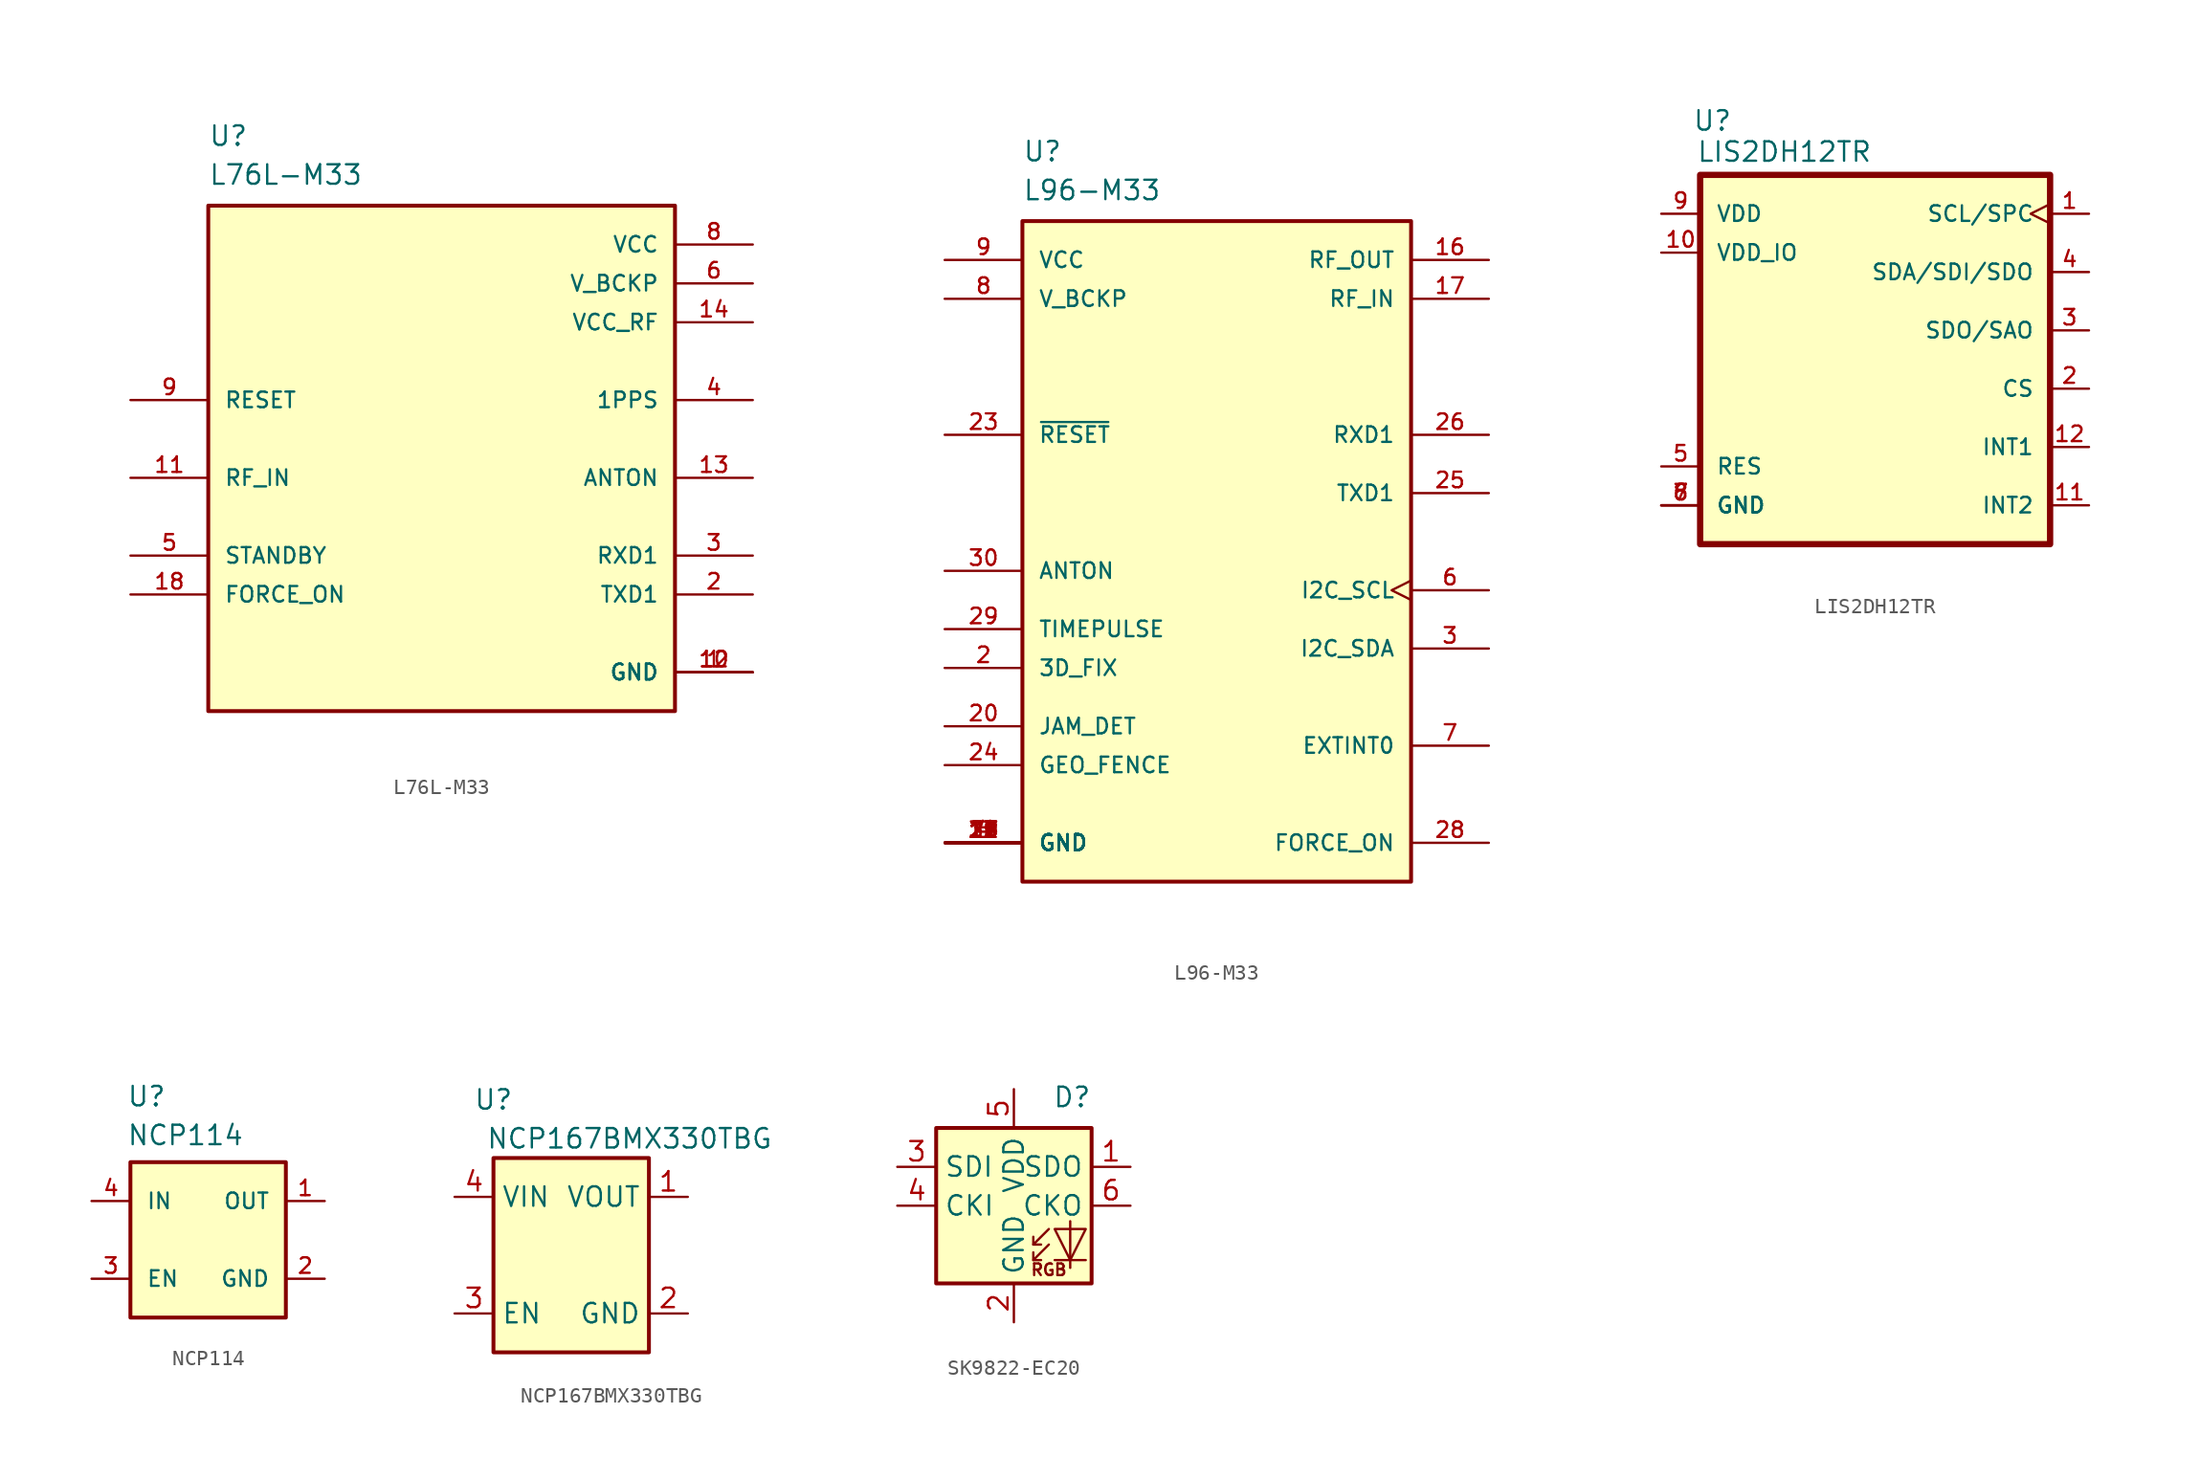
<source format=kicad_sym>
(kicad_symbol_lib
  (version 20241209)
  (generator "kicad_symbol_editor")
  (generator_version "9.0")
  (symbol "L76L-M33"
    (pin_names
      (offset 1.016))
    (property "Reference" "U"
      (at -15.24 21.59 0)
      (effects (font (size 1.27 1.27)) (justify left bottom)))
    (property "Value" "L76L-M33"
      (at -15.24 19.05 0)
      (effects (font (size 1.27 1.27)) (justify left bottom)))
    (symbol "L76L-M33_0_0"
      (rectangle (start -15.24 -15.24) (end 15.24 17.78) (stroke (width 0.254) (type default)) (fill (type background)))
      (pin input line (at -20.32 5.08 0) (length 5.08) (name "RESET" (effects (font (size 1.016 1.016)))) (number "9" (effects (font (size 1.016 1.016)))))
      (pin input line (at -20.32 0 0) (length 5.08) (name "RF_IN" (effects (font (size 1.016 1.016)))) (number "11" (effects (font (size 1.016 1.016)))))
      (pin input line (at -20.32 -5.08 0) (length 5.08) (name "STANDBY" (effects (font (size 1.016 1.016)))) (number "5" (effects (font (size 1.016 1.016)))))
      (pin input line (at -20.32 -7.62 0) (length 5.08) (name "FORCE_ON" (effects (font (size 1.016 1.016)))) (number "18" (effects (font (size 1.016 1.016)))))
      (pin power_in line (at 20.32 15.24 180) (length 5.08) (name "VCC" (effects (font (size 1.016 1.016)))) (number "8" (effects (font (size 1.016 1.016)))))
      (pin power_in line (at 20.32 12.7 180) (length 5.08) (name "V_BCKP" (effects (font (size 1.016 1.016)))) (number "6" (effects (font (size 1.016 1.016)))))
      (pin power_in line (at 20.32 10.16 180) (length 5.08) (name "VCC_RF" (effects (font (size 1.016 1.016)))) (number "14" (effects (font (size 1.016 1.016)))))
      (pin output line (at 20.32 5.08 180) (length 5.08) (name "1PPS" (effects (font (size 1.016 1.016)))) (number "4" (effects (font (size 1.016 1.016)))))
      (pin output line (at 20.32 0 180) (length 5.08) (name "ANTON" (effects (font (size 1.016 1.016)))) (number "13" (effects (font (size 1.016 1.016)))))
      (pin input line (at 20.32 -5.08 180) (length 5.08) (name "RXD1" (effects (font (size 1.016 1.016)))) (number "3" (effects (font (size 1.016 1.016)))))
      (pin output line (at 20.32 -7.62 180) (length 5.08) (name "TXD1" (effects (font (size 1.016 1.016)))) (number "2" (effects (font (size 1.016 1.016)))))
      (pin power_in line (at 20.32 -12.7 180) (length 5.08) (name "GND" (effects (font (size 1.016 1.016)))) (number "1" (effects (font (size 1.016 1.016)))))
      (pin power_in line (at 20.32 -12.7 180) (length 5.08) (name "GND" (effects (font (size 1.016 1.016)))) (number "10" (effects (font (size 1.016 1.016)))))
      (pin power_in line (at 20.32 -12.7 180) (length 5.08) (name "GND" (effects (font (size 1.016 1.016)))) (number "12" (effects (font (size 1.016 1.016)))))))
  (symbol "L96-M33"
    (pin_names
      (offset 1.016))
    (property "Reference" "U"
      (at -12.7 26.67 0)
      (effects (font (size 1.27 1.27)) (justify left bottom)))
    (property "Value" "L96-M33"
      (at -12.7 24.13 0)
      (effects (font (size 1.27 1.27)) (justify left bottom)))
    (symbol "L96-M33_0_0"
      (rectangle (start -12.7 22.86) (end 12.7 -20.32) (stroke (width 0.254) (type default)) (fill (type background)))
      (pin power_in line (at -17.78 20.32 0) (length 5.08) (name "VCC" (effects (font (size 1.016 1.016)))) (number "9" (effects (font (size 1.016 1.016)))))
      (pin power_in line (at -17.78 17.78 0) (length 5.08) (name "V_BCKP" (effects (font (size 1.016 1.016)))) (number "8" (effects (font (size 1.016 1.016)))))
      (pin input line (at -17.78 8.89 0) (length 5.08) (name "~{RESET}" (effects (font (size 1.016 1.016)))) (number "23" (effects (font (size 1.016 1.016)))))
      (pin output line (at -17.78 0 0) (length 5.08) (name "ANTON" (effects (font (size 1.016 1.016)))) (number "30" (effects (font (size 1.016 1.016)))))
      (pin output line (at -17.78 -3.81 0) (length 5.08) (name "TIMEPULSE" (effects (font (size 1.016 1.016)))) (number "29" (effects (font (size 1.016 1.016)))))
      (pin output line (at -17.78 -6.35 0) (length 5.08) (name "3D_FIX" (effects (font (size 1.016 1.016)))) (number "2" (effects (font (size 1.016 1.016)))))
      (pin output line (at -17.78 -10.16 0) (length 5.08) (name "JAM_DET" (effects (font (size 1.016 1.016)))) (number "20" (effects (font (size 1.016 1.016)))))
      (pin output line (at -17.78 -12.7 0) (length 5.08) (name "GEO_FENCE" (effects (font (size 1.016 1.016)))) (number "24" (effects (font (size 1.016 1.016)))))
      (pin power_in line (at -17.78 -17.78 0) (length 5.08) (name "GND" (effects (font (size 1.016 1.016)))) (number "10" (effects (font (size 1.016 1.016)))))
      (pin power_in line (at -17.78 -17.78 0) (length 5.08) (name "GND" (effects (font (size 1.016 1.016)))) (number "11" (effects (font (size 1.016 1.016)))))
      (pin power_in line (at -17.78 -17.78 0) (length 5.08) (name "GND" (effects (font (size 1.016 1.016)))) (number "12" (effects (font (size 1.016 1.016)))))
      (pin power_in line (at -17.78 -17.78 0) (length 5.08) (name "GND" (effects (font (size 1.016 1.016)))) (number "13" (effects (font (size 1.016 1.016)))))
      (pin power_in line (at -17.78 -17.78 0) (length 5.08) (name "GND" (effects (font (size 1.016 1.016)))) (number "14" (effects (font (size 1.016 1.016)))))
      (pin power_in line (at -17.78 -17.78 0) (length 5.08) (name "GND" (effects (font (size 1.016 1.016)))) (number "15" (effects (font (size 1.016 1.016)))))
      (pin power_in line (at -17.78 -17.78 0) (length 5.08) (name "GND" (effects (font (size 1.016 1.016)))) (number "18" (effects (font (size 1.016 1.016)))))
      (pin power_in line (at -17.78 -17.78 0) (length 5.08) (name "GND" (effects (font (size 1.016 1.016)))) (number "19" (effects (font (size 1.016 1.016)))))
      (pin power_in line (at -17.78 -17.78 0) (length 5.08) (name "GND" (effects (font (size 1.016 1.016)))) (number "21" (effects (font (size 1.016 1.016)))))
      (pin power_in line (at -17.78 -17.78 0) (length 5.08) (name "GND" (effects (font (size 1.016 1.016)))) (number "22" (effects (font (size 1.016 1.016)))))
      (pin power_in line (at -17.78 -17.78 0) (length 5.08) (name "GND" (effects (font (size 1.016 1.016)))) (number "27" (effects (font (size 1.016 1.016)))))
      (pin power_in line (at -17.78 -17.78 0) (length 5.08) (name "GND" (effects (font (size 1.016 1.016)))) (number "31" (effects (font (size 1.016 1.016)))))
      (pin power_in line (at -17.78 -17.78 0) (length 5.08) (name "GND" (effects (font (size 1.016 1.016)))) (number "4" (effects (font (size 1.016 1.016)))))
      (pin power_in line (at -17.78 -17.78 0) (length 5.08) (name "GND" (effects (font (size 1.016 1.016)))) (number "5" (effects (font (size 1.016 1.016)))))
      (pin output line (at 17.78 20.32 180) (length 5.08) (name "RF_OUT" (effects (font (size 1.016 1.016)))) (number "16" (effects (font (size 1.016 1.016)))))
      (pin input line (at 17.78 17.78 180) (length 5.08) (name "RF_IN" (effects (font (size 1.016 1.016)))) (number "17" (effects (font (size 1.016 1.016)))))
      (pin input line (at 17.78 8.89 180) (length 5.08) (name "RXD1" (effects (font (size 1.016 1.016)))) (number "26" (effects (font (size 1.016 1.016)))))
      (pin output line (at 17.78 5.08 180) (length 5.08) (name "TXD1" (effects (font (size 1.016 1.016)))) (number "25" (effects (font (size 1.016 1.016)))))
      (pin bidirectional clock (at 17.78 -1.27 180) (length 5.08) (name "I2C_SCL" (effects (font (size 1.016 1.016)))) (number "6" (effects (font (size 1.016 1.016)))))
      (pin bidirectional line (at 17.78 -5.08 180) (length 5.08) (name "I2C_SDA" (effects (font (size 1.016 1.016)))) (number "3" (effects (font (size 1.016 1.016)))))
      (pin input line (at 17.78 -11.43 180) (length 5.08) (name "EXTINT0" (effects (font (size 1.016 1.016)))) (number "7" (effects (font (size 1.016 1.016)))))
      (pin input line (at 17.78 -17.78 180) (length 5.08) (name "FORCE_ON" (effects (font (size 1.016 1.016)))) (number "28" (effects (font (size 1.016 1.016)))))))
  (symbol "LIS2DH12TR"
    (pin_names
      (offset 1.016))
    (property "Reference" "U"
      (at -11.938 14.224 0)
      (effects (font (size 1.27 1.27)) (justify left bottom)))
    (property "Value" "LIS2DH12TR"
      (at -11.684 12.192 0)
      (effects (font (size 1.27 1.27)) (justify left bottom)))
    (symbol "LIS2DH12TR_0_0"
      (rectangle (start -11.43 11.43) (end 11.43 -12.7) (stroke (width 0.41) (type default)) (fill (type background)))
      (pin power_in line (at -13.97 8.89 0) (length 2.54) (name "VDD" (effects (font (size 1.016 1.016)))) (number "9" (effects (font (size 1.016 1.016)))))
      (pin power_in line (at -13.97 6.35 0) (length 2.54) (name "VDD_IO" (effects (font (size 1.016 1.016)))) (number "10" (effects (font (size 1.016 1.016)))))
      (pin power_in line (at -13.97 -7.62 0) (length 2.54) (name "RES" (effects (font (size 1.016 1.016)))) (number "5" (effects (font (size 1.016 1.016)))))
      (pin power_in line (at -13.97 -10.16 0) (length 2.54) (name "GND" (effects (font (size 1.016 1.016)))) (number "6" (effects (font (size 1.016 1.016)))))
      (pin power_in line (at -13.97 -10.16 0) (length 2.54) (name "GND" (effects (font (size 1.016 1.016)))) (number "7" (effects (font (size 1.016 1.016)))))
      (pin power_in line (at -13.97 -10.16 0) (length 2.54) (name "GND" (effects (font (size 1.016 1.016)))) (number "8" (effects (font (size 1.016 1.016)))))
      (pin bidirectional clock (at 13.97 8.89 180) (length 2.54) (name "SCL/SPC" (effects (font (size 1.016 1.016)))) (number "1" (effects (font (size 1.016 1.016)))))
      (pin bidirectional line (at 13.97 5.08 180) (length 2.54) (name "SDA/SDI/SDO" (effects (font (size 1.016 1.016)))) (number "4" (effects (font (size 1.016 1.016)))))
      (pin bidirectional line (at 13.97 1.27 180) (length 2.54) (name "SDO/SAO" (effects (font (size 1.016 1.016)))) (number "3" (effects (font (size 1.016 1.016)))))
      (pin input line (at 13.97 -2.54 180) (length 2.54) (name "CS" (effects (font (size 1.016 1.016)))) (number "2" (effects (font (size 1.016 1.016)))))
      (pin output line (at 13.97 -6.35 180) (length 2.54) (name "INT1" (effects (font (size 1.016 1.016)))) (number "12" (effects (font (size 1.016 1.016)))))
      (pin output line (at 13.97 -10.16 180) (length 2.54) (name "INT2" (effects (font (size 1.016 1.016)))) (number "11" (effects (font (size 1.016 1.016)))))))
  (symbol "NCP114"
    (pin_names
      (offset 1.016))
    (property "Reference" "U"
      (at -5.334 8.636 0)
      (effects (font (size 1.27 1.27)) (justify left bottom)))
    (property "Value" "NCP114"
      (at -5.334 6.096 0)
      (effects (font (size 1.27 1.27)) (justify left bottom)))
    (symbol "NCP114_0_0"
      (rectangle (start -5.08 5.08) (end 5.08 -5.08) (stroke (width 0.254) (type default)) (fill (type background))))
    (symbol "NCP114_1_0"
      (pin input line (at -7.62 2.54 0) (length 2.54) (name "IN" (effects (font (size 1.016 1.016)))) (number "4" (effects (font (size 1.016 1.016)))))
      (pin input line (at -7.62 -2.54 0) (length 2.54) (name "EN" (effects (font (size 1.016 1.016)))) (number "3" (effects (font (size 1.016 1.016)))))
      (pin output line (at 7.62 2.54 180) (length 2.54) (name "OUT" (effects (font (size 1.016 1.016)))) (number "1" (effects (font (size 1.016 1.016)))))
      (pin power_in line (at 7.62 -2.54 180) (length 2.54) (name "GND" (effects (font (size 1.016 1.016)))) (number "2" (effects (font (size 1.016 1.016)))))
      (pin passive line (at 7.62 -2.54 180) (length 2.54) (hide yes) (name "EPAD" (effects (font (size 1.016 1.016)))) (number "5" (effects (font (size 1.016 1.016)))))))
  (symbol "NCP167BMX330TBG"
    (property "Reference" "U"
      (at -5.08 8.89 0)
      (effects (font (size 1.27 1.27))))
    (property "Value" "NCP167BMX330TBG"
      (at 3.81 6.35 0)
      (effects (font (size 1.27 1.27))))
    (symbol "NCP167BMX330TBG_0_1"
      (rectangle (start -5.08 5.08) (end 5.08 -7.62) (stroke (width 0.254) (type default)) (fill (type background))))
    (symbol "NCP167BMX330TBG_1_1"
      (pin power_in line (at -7.62 2.54 0) (length 2.54) (name "VIN" (effects (font (size 1.27 1.27)))) (number "4" (effects (font (size 1.27 1.27)))))
      (pin input line (at -7.62 -5.08 0) (length 2.54) (name "EN" (effects (font (size 1.27 1.27)))) (number "3" (effects (font (size 1.27 1.27)))))
      (pin power_out line (at 7.62 2.54 180) (length 2.54) (name "VOUT" (effects (font (size 1.27 1.27)))) (number "1" (effects (font (size 1.27 1.27)))))
      (pin power_in line (at 7.62 -5.08 180) (length 2.54) (name "GND" (effects (font (size 1.27 1.27)))) (number "2" (effects (font (size 1.27 1.27)))))))
  (symbol "SK9822-EC20"
    (property "Reference" "D"
      (at 5.08 6.35 0)
      (effects (font (size 1.27 1.27)) (justify right bottom)))
    (symbol "SK9822-EC20_0_0"
      (text "RGB" (at 2.286 -4.191 0) (effects (font (size 0.762 0.762)))))
    (symbol "SK9822-EC20_0_1"
      (polyline (pts (xy 1.27 -2.54) (xy 1.778 -2.54)) (stroke (width 0) (type default)) (fill (type none)))
      (polyline (pts (xy 1.27 -3.556) (xy 1.778 -3.556)) (stroke (width 0) (type default)) (fill (type none)))
      (polyline (pts (xy 2.286 -1.524) (xy 1.27 -2.54) (xy 1.27 -2.032)) (stroke (width 0) (type default)) (fill (type none)))
      (polyline (pts (xy 2.286 -2.54) (xy 1.27 -3.556) (xy 1.27 -3.048)) (stroke (width 0) (type default)) (fill (type none)))
      (polyline (pts (xy 3.683 -1.016) (xy 3.683 -3.556) (xy 3.683 -4.064)) (stroke (width 0) (type default)) (fill (type none)))
      (polyline (pts (xy 4.699 -1.524) (xy 2.667 -1.524) (xy 3.683 -3.556) (xy 4.699 -1.524)) (stroke (width 0) (type default)) (fill (type none)))
      (polyline (pts (xy 4.699 -3.556) (xy 2.667 -3.556)) (stroke (width 0) (type default)) (fill (type none)))
      (rectangle (start 5.08 5.08) (end -5.08 -5.08) (stroke (width 0.254) (type default)) (fill (type background))))
    (symbol "SK9822-EC20_1_1"
      (pin input line (at -7.62 2.54 0) (length 2.54) (name "SDI" (effects (font (size 1.27 1.27)))) (number "3" (effects (font (size 1.27 1.27)))))
      (pin input line (at -7.62 0 0) (length 2.54) (name "CKI" (effects (font (size 1.27 1.27)))) (number "4" (effects (font (size 1.27 1.27)))))
      (pin power_in line (at 0 7.62 270) (length 2.54) (name "VDD" (effects (font (size 1.27 1.27)))) (number "5" (effects (font (size 1.27 1.27)))))
      (pin power_in line (at 0 -7.62 90) (length 2.54) (name "GND" (effects (font (size 1.27 1.27)))) (number "2" (effects (font (size 1.27 1.27)))))
      (pin output line (at 7.62 2.54 180) (length 2.54) (name "SDO" (effects (font (size 1.27 1.27)))) (number "1" (effects (font (size 1.27 1.27)))))
      (pin output line (at 7.62 0 180) (length 2.54) (name "CKO" (effects (font (size 1.27 1.27)))) (number "6" (effects (font (size 1.27 1.27))))))))
</source>
